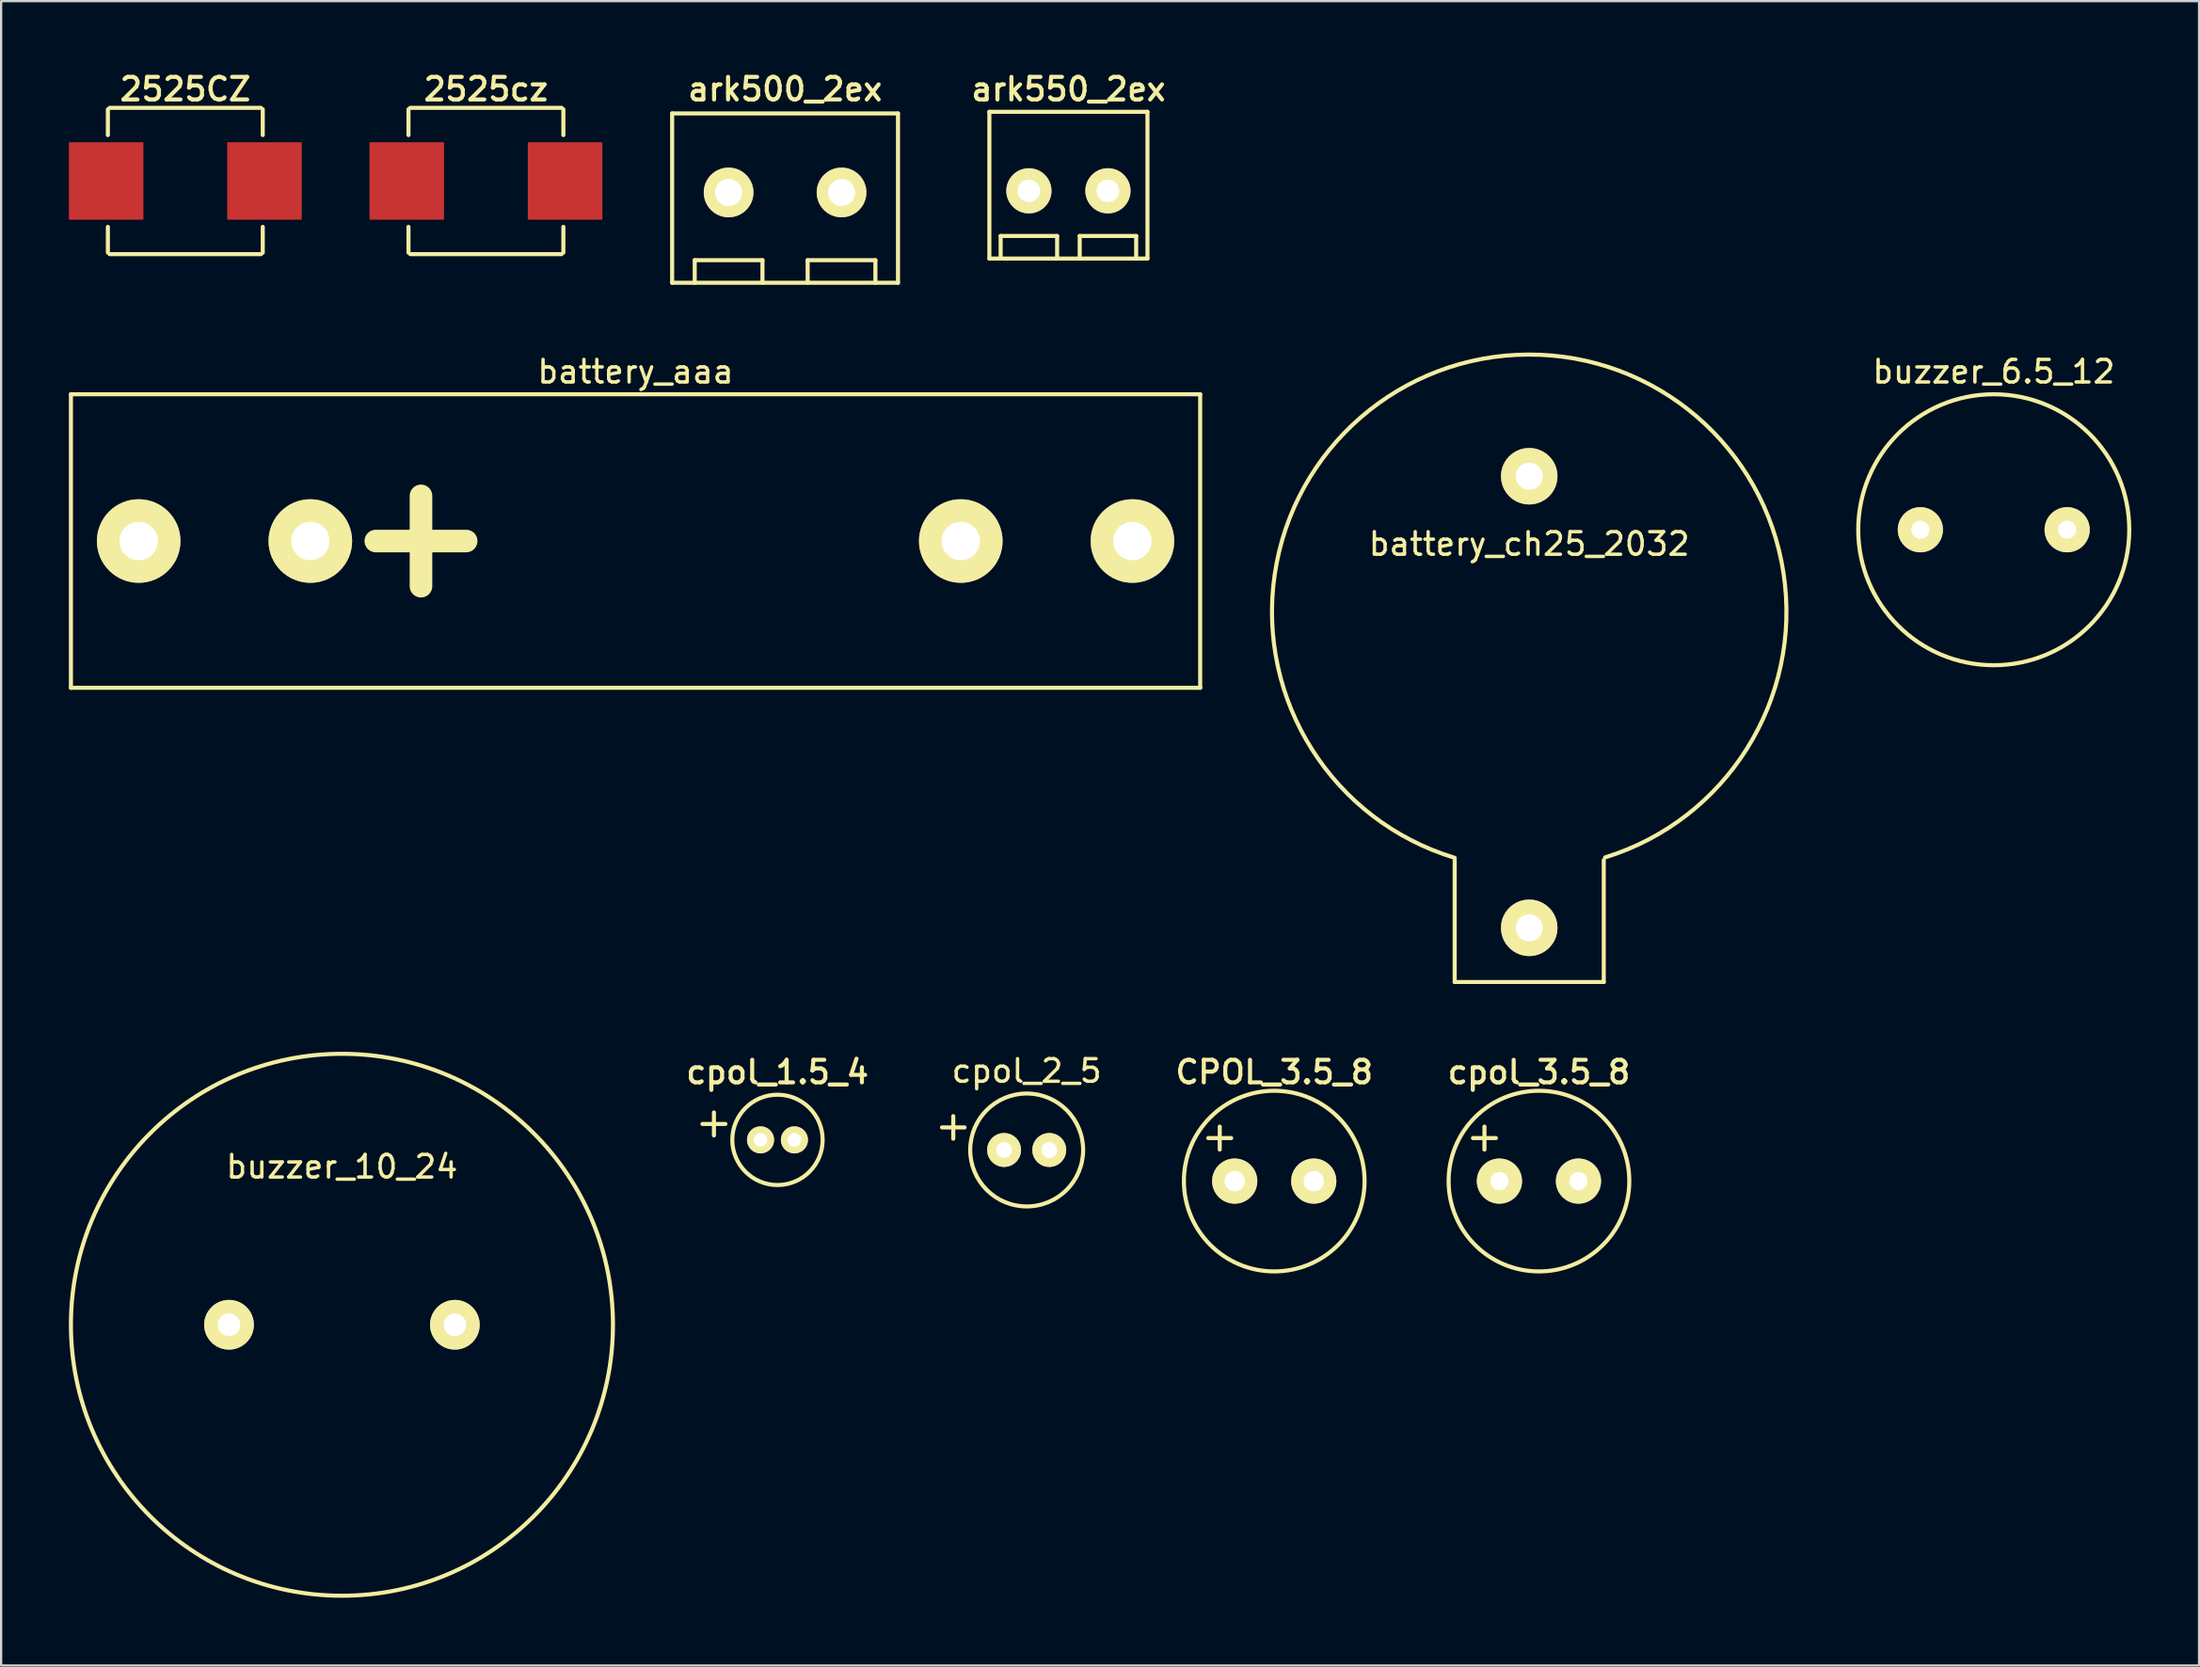
<source format=kicad_pcb>
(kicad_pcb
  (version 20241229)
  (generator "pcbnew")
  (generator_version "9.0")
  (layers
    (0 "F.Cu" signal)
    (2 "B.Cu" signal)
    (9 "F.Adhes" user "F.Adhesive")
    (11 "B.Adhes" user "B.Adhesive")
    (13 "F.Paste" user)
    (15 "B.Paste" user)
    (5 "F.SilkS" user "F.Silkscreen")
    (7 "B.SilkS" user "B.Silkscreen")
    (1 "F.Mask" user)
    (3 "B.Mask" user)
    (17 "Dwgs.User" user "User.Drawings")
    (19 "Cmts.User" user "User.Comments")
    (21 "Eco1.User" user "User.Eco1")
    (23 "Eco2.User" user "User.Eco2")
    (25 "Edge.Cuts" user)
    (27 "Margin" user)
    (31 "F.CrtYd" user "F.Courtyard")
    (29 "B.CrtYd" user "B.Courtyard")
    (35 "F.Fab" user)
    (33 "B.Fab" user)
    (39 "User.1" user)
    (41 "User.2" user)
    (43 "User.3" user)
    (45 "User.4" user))
  (footprint "battery_ch25_2032"
    (layer "F.Cu")
    (at 64.659 24.041)
    (property "Reference" "battery_ch25_2032" (at 0 -3 0) (layer "F.SilkS") (effects (font (size 1 1) (thickness 0.15))))
    (attr through_hole)
    (fp_line (start -3.3 16.4) (end -3.3 11) (stroke (width 0.18) (type solid)) (layer "F.SilkS"))
    (fp_line (start -3.3 16.4) (end 3.3 16.4) (stroke (width 0.18) (type solid)) (layer "F.SilkS"))
    (fp_line (start 3.3 16.4) (end 3.3 11) (stroke (width 0.18) (type solid)) (layer "F.SilkS"))
    (fp_arc (start -3.3 10.9) (mid -0.031046 -11.388548) (end 3.359379 10.881846) (stroke (width 0.18) (type solid)) (layer "F.SilkS"))
    (pad "1" thru_hole circle (at 0 14) (size 2.5 2.5) (drill 1.2) (layers "*.Cu" "*.Mask" "F.SilkS"))
    (pad "2" thru_hole circle (at 0 -6) (size 2.5 2.5) (drill 1.2) (layers "*.Cu" "*.Mask" "F.SilkS")))
  (footprint "ark500_2ex"
    (layer "F.Cu")
    (at 31.71 5.473)
    (property "Reference" "ark500_2ex" (at 0 -4.572 0) (layer "F.SilkS") (effects (font (size 1 1) (thickness 0.18))))
    (attr through_hole)
    (fp_line (start -5 -3.5) (end -5 4) (stroke (width 0.18) (type solid)) (layer "F.SilkS"))
    (fp_line (start -5 -3.5) (end 5 -3.5) (stroke (width 0.18) (type solid)) (layer "F.SilkS"))
    (fp_line (start -5 4) (end 5 4) (stroke (width 0.18) (type solid)) (layer "F.SilkS"))
    (fp_line (start -4 3) (end -1 3) (stroke (width 0.18) (type solid)) (layer "F.SilkS"))
    (fp_line (start -4 4) (end -4 3) (stroke (width 0.18) (type solid)) (layer "F.SilkS"))
    (fp_line (start -1 3) (end -1 4) (stroke (width 0.18) (type solid)) (layer "F.SilkS"))
    (fp_line (start 1 3) (end 4 3) (stroke (width 0.18) (type solid)) (layer "F.SilkS"))
    (fp_line (start 1 4) (end 1 3) (stroke (width 0.18) (type solid)) (layer "F.SilkS"))
    (fp_line (start 4 3) (end 4 4) (stroke (width 0.18) (type solid)) (layer "F.SilkS"))
    (fp_line (start 5 -3.5) (end 5 4) (stroke (width 0.18) (type solid)) (layer "F.SilkS"))
    (pad "1" thru_hole circle (at -2.5 0) (size 2.2 2.2) (drill 1.2) (layers "*.Cu" "*.Mask" "F.SilkS"))
    (pad "2" thru_hole circle (at 2.5 0) (size 2.2 2.2) (drill 1.2) (layers "*.Cu" "*.Mask" "F.SilkS")))
  (footprint "buzzer_6.5_12"
    (layer "F.Cu")
    (at 85.227 20.411)
    (property "Reference" "buzzer_6.5_12" (at 0 -7 0) (layer "F.SilkS") (effects (font (size 1 1) (thickness 0.15))))
    (attr through_hole)
    (fp_circle (center 0 0) (end 6 0) (stroke (width 0.18) (type solid)) (fill no) (layer "F.SilkS"))
    (pad "1" thru_hole circle (at -3.25 0) (size 2 2) (drill 0.8) (layers "*.Cu" "*.Mask" "F.SilkS"))
    (pad "2" thru_hole circle (at 3.25 0) (size 2 2) (drill 0.8) (layers "*.Cu" "*.Mask" "F.SilkS")))
  (footprint "cpol_2_5"
    (layer "F.Cu")
    (at 42.408 47.88)
    (property "Reference" "cpol_2_5" (at 0 -3.5 0) (layer "F.SilkS") (effects (font (size 1 1) (thickness 0.15))))
    (attr through_hole)
    (fp_line (start -3.25 -1.5) (end -3.25 -0.5) (stroke (width 0.18) (type solid)) (layer "F.SilkS"))
    (fp_line (start -2.75 -1) (end -3.75 -1) (stroke (width 0.18) (type solid)) (layer "F.SilkS"))
    (fp_circle (center 0 0) (end 2.5 0) (stroke (width 0.18) (type solid)) (fill no) (layer "F.SilkS"))
    (pad "1" thru_hole circle (at -1 0) (size 1.5 1.5) (drill 0.7) (layers "*.Cu" "*.Mask" "F.SilkS"))
    (pad "2" thru_hole circle (at 1 0) (size 1.5 1.5) (drill 0.7) (layers "*.Cu" "*.Mask" "F.SilkS")))
  (footprint "battery_aaa"
    (layer "F.Cu")
    (at 25.09 20.911)
    (property "Reference" "battery_aaa" (at 0 -7.5 0) (layer "F.SilkS") (effects (font (size 1 1) (thickness 0.15))))
    (attr through_hole)
    (fp_line (start -25 -6.5) (end -25 6.5) (stroke (width 0.18) (type solid)) (layer "F.SilkS"))
    (fp_line (start -25 -6.5) (end 25 -6.5) (stroke (width 0.18) (type solid)) (layer "F.SilkS"))
    (fp_line (start -11.5 0) (end -7.5 0) (stroke (width 1) (type solid)) (layer "F.SilkS"))
    (fp_line (start -9.5 -2) (end -9.5 2) (stroke (width 1) (type solid)) (layer "F.SilkS"))
    (fp_line (start 25 -6.5) (end 25 6.5) (stroke (width 0.18) (type solid)) (layer "F.SilkS"))
    (fp_line (start 25 6.5) (end -25 6.5) (stroke (width 0.18) (type solid)) (layer "F.SilkS"))
    (pad "1" thru_hole circle (at -22 0) (size 3.7 3.7) (drill 1.7) (layers "*.Cu" "*.Mask" "F.SilkS"))
    (pad "1" thru_hole circle (at -14.4 0) (size 3.7 3.7) (drill 1.7) (layers "*.Cu" "*.Mask" "F.SilkS"))
    (pad "2" thru_hole circle (at 14.4 0) (size 3.7 3.7) (drill 1.7) (layers "*.Cu" "*.Mask" "F.SilkS"))
    (pad "2" thru_hole circle (at 22 0) (size 3.7 3.7) (drill 1.7) (layers "*.Cu" "*.Mask" "F.SilkS")))
  (footprint "cpol_3.5_8"
    (layer "F.Cu")
    (at 65.09 49.258)
    (property "Reference" "cpol_3.5_8" (at 0 -4.826 0) (layer "F.SilkS") (effects (font (size 1 1) (thickness 0.18))))
    (attr through_hole)
    (fp_line (start -2.921 -1.905) (end -1.905 -1.905) (stroke (width 0.18) (type solid)) (layer "F.SilkS"))
    (fp_line (start -2.413 -2.413) (end -2.413 -1.397) (stroke (width 0.18) (type solid)) (layer "F.SilkS"))
    (fp_circle (center 0 0) (end 4 0) (stroke (width 0.18) (type solid)) (fill no) (layer "F.SilkS"))
    (pad "1" thru_hole circle (at -1.75 0) (size 2 2) (drill 0.8) (layers "*.Cu" "*.Mask" "F.SilkS"))
    (pad "2" thru_hole circle (at 1.75 0) (size 2 2) (drill 0.8) (layers "*.Cu" "*.Mask" "F.SilkS")))
  (footprint "2525cz"
    (layer "F.Cu")
    (at 18.465 4.965)
    (property "Reference" "2525cz" (at 0 -4.064 0) (layer "F.SilkS") (effects (font (size 1 1) (thickness 0.18))))
    (attr through_hole)
    (fp_line (start -3.429 -3.175) (end -3.429 -2.032) (stroke (width 0.18) (type solid)) (layer "F.SilkS"))
    (fp_line (start -3.429 3.175) (end -3.429 2.032) (stroke (width 0.18) (type solid)) (layer "F.SilkS"))
    (fp_line (start -3.35 -3.24) (end 3.35 -3.24) (stroke (width 0.18) (type solid)) (layer "F.SilkS"))
    (fp_line (start -3.35 3.24) (end 3.35 3.24) (stroke (width 0.18) (type solid)) (layer "F.SilkS"))
    (fp_line (start 3.429 -3.175) (end 3.429 -2.032) (stroke (width 0.18) (type solid)) (layer "F.SilkS"))
    (fp_line (start 3.429 3.175) (end 3.429 2.032) (stroke (width 0.18) (type solid)) (layer "F.SilkS"))
    (pad "1" smd rect (at -3.505 0) (size 3.3 3.43) (layers "F.Cu" "F.Mask" "F.Paste"))
    (pad "2" smd rect (at 3.505 0) (size 3.3 3.43) (layers "F.Cu" "F.Mask" "F.Paste")))
  (footprint "2525CZ"
    (layer "F.Cu")
    (at 5.155 4.965)
    (property "Reference" "2525CZ" (at 0 -4.064 0) (layer "F.SilkS") (effects (font (size 1 1) (thickness 0.18))))
    (attr through_hole)
    (fp_line (start -3.429 -3.175) (end -3.429 -2.032) (stroke (width 0.18) (type solid)) (layer "F.SilkS"))
    (fp_line (start -3.429 3.175) (end -3.429 2.032) (stroke (width 0.18) (type solid)) (layer "F.SilkS"))
    (fp_line (start -3.35 -3.24) (end 3.35 -3.24) (stroke (width 0.18) (type solid)) (layer "F.SilkS"))
    (fp_line (start -3.35 3.24) (end 3.35 3.24) (stroke (width 0.18) (type solid)) (layer "F.SilkS"))
    (fp_line (start 3.429 -3.175) (end 3.429 -2.032) (stroke (width 0.18) (type solid)) (layer "F.SilkS"))
    (fp_line (start 3.429 3.175) (end 3.429 2.032) (stroke (width 0.18) (type solid)) (layer "F.SilkS"))
    (pad "1" smd rect (at -3.505 0) (size 3.3 3.43) (layers "F.Cu" "F.Mask" "F.Paste"))
    (pad "2" smd rect (at 3.505 0) (size 3.3 3.43) (layers "F.Cu" "F.Mask" "F.Paste")))
  (footprint "cpol_1.5_4"
    (layer "F.Cu")
    (at 31.374 47.432)
    (property "Reference" "cpol_1.5_4" (at 0 -3 0) (layer "F.SilkS") (effects (font (size 1 1) (thickness 0.18))))
    (attr through_hole)
    (fp_line (start -3.321 -0.705) (end -2.305 -0.705) (stroke (width 0.18) (type solid)) (layer "F.SilkS"))
    (fp_line (start -2.813 -1.213) (end -2.813 -0.197) (stroke (width 0.18) (type solid)) (layer "F.SilkS"))
    (fp_circle (center 0 0) (end 2 0) (stroke (width 0.18) (type solid)) (fill no) (layer "F.SilkS"))
    (pad "1" thru_hole circle (at -0.75 0) (size 1.2 1.2) (drill 0.6) (layers "*.Cu" "*.Mask" "F.SilkS"))
    (pad "2" thru_hole circle (at 0.75 0) (size 1.2 1.2) (drill 0.6) (layers "*.Cu" "*.Mask" "F.SilkS")))
  (footprint "buzzer_10_24"
    (layer "F.Cu")
    (at 12.09 55.621)
    (property "Reference" "buzzer_10_24" (at 0 -7 0) (layer "F.SilkS") (effects (font (size 1 1) (thickness 0.15))))
    (attr through_hole)
    (fp_circle (center 0 0) (end 12 0) (stroke (width 0.18) (type solid)) (fill no) (layer "F.SilkS"))
    (pad "1" thru_hole circle (at -5 0) (size 2.2 2.2) (drill 1) (layers "*.Cu" "*.Mask" "F.SilkS"))
    (pad "2" thru_hole circle (at 5 0) (size 2.2 2.2) (drill 1) (layers "*.Cu" "*.Mask" "F.SilkS")))
  (footprint "ark550_2ex"
    (layer "F.Cu")
    (at 44.256 5.401)
    (property "Reference" "ark550_2ex" (at 0 -4.5 0) (layer "F.SilkS") (effects (font (size 1 1) (thickness 0.18))))
    (attr through_hole)
    (fp_line (start -3.5 -3.5) (end -3.5 3) (stroke (width 0.18) (type solid)) (layer "F.SilkS"))
    (fp_line (start -3.5 -3.5) (end 3.5 -3.5) (stroke (width 0.18) (type solid)) (layer "F.SilkS"))
    (fp_line (start -3 2) (end -0.5 2) (stroke (width 0.18) (type solid)) (layer "F.SilkS"))
    (fp_line (start -3 3) (end -3 2) (stroke (width 0.18) (type solid)) (layer "F.SilkS"))
    (fp_line (start -0.5 2) (end -0.5 3) (stroke (width 0.18) (type solid)) (layer "F.SilkS"))
    (fp_line (start 0.5 2) (end 3 2) (stroke (width 0.18) (type solid)) (layer "F.SilkS"))
    (fp_line (start 0.5 3) (end 0.5 2) (stroke (width 0.18) (type solid)) (layer "F.SilkS"))
    (fp_line (start 3 2) (end 3 3) (stroke (width 0.18) (type solid)) (layer "F.SilkS"))
    (fp_line (start 3.5 -3.5) (end 3.5 3) (stroke (width 0.18) (type solid)) (layer "F.SilkS"))
    (fp_line (start 3.5 3) (end -3.5 3) (stroke (width 0.18) (type solid)) (layer "F.SilkS"))
    (pad "1" thru_hole circle (at -1.75 0) (size 2 2) (drill 1) (layers "*.Cu" "*.Mask" "F.SilkS"))
    (pad "2" thru_hole circle (at 1.75 0) (size 2 2) (drill 1) (layers "*.Cu" "*.Mask" "F.SilkS")))
  (footprint "CPOL_3.5_8"
    (layer "F.Cu")
    (at 53.369 49.258)
    (property "Reference" "CPOL_3.5_8" (at 0 -4.826 0) (layer "F.SilkS") (effects (font (size 1 1) (thickness 0.18))))
    (attr through_hole)
    (fp_line (start -2.921 -1.905) (end -1.905 -1.905) (stroke (width 0.18) (type solid)) (layer "F.SilkS"))
    (fp_line (start -2.413 -2.413) (end -2.413 -1.397) (stroke (width 0.18) (type solid)) (layer "F.SilkS"))
    (fp_circle (center 0 0) (end 4 0) (stroke (width 0.18) (type solid)) (fill no) (layer "F.SilkS"))
    (pad "1" thru_hole circle (at -1.75 0) (size 2 2) (drill 0.9) (layers "*.Cu" "*.Mask" "F.SilkS"))
    (pad "2" thru_hole circle (at 1.75 0) (size 2 2) (drill 0.9) (layers "*.Cu" "*.Mask" "F.SilkS")))
  (gr_rect
    (start -3 -3)
    (end 94.317 70.711)
    (stroke (width 0.1) (type default))
    (fill no)
    (layer "Edge.Cuts")))
</source>
